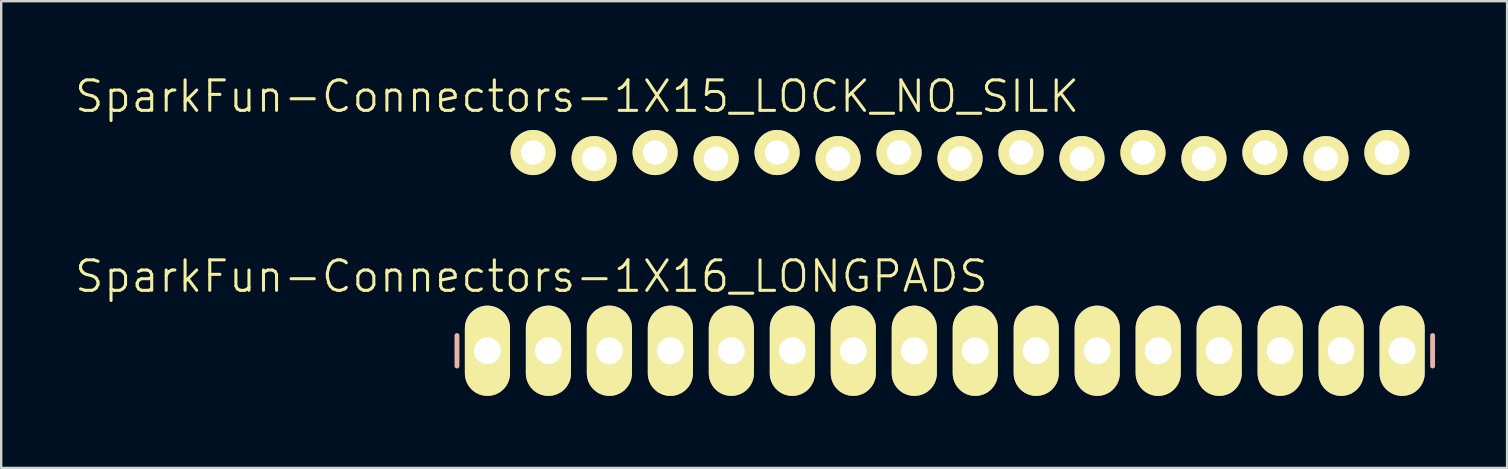
<source format=kicad_pcb>
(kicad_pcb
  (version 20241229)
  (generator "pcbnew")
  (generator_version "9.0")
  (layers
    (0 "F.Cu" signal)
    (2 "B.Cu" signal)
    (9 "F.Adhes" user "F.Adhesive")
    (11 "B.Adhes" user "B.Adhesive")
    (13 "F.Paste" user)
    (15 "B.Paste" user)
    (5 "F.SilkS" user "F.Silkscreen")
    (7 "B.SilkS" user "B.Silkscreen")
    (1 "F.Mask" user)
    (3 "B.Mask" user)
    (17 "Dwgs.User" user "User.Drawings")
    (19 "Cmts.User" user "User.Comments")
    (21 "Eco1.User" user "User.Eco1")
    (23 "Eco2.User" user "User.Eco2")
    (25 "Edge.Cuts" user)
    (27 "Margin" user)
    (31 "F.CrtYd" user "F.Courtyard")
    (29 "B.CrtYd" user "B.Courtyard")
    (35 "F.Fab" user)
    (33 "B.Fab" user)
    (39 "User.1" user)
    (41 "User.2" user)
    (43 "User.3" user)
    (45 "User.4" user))
  (footprint "SparkFun-Connectors-1X16_LONGPADS"
    (layer "F.Cu")
    (at 17.254 11.561)
    (property "Reference" "SparkFun-Connectors-1X16_LONGPADS" (at 1.829 -3.099 0) (layer "F.SilkS") (effects (font (size 1.27 1.27) (thickness 0.127))))
    (attr exclude_from_pos_files exclude_from_bom)
    (fp_line (start -0.254 -0.254) (end 0.254 -0.254) (stroke (width 0.066) (type solid)) (layer "F.SilkS"))
    (fp_line (start -0.254 0.254) (end -0.254 -0.254) (stroke (width 0.066) (type solid)) (layer "F.SilkS"))
    (fp_line (start -0.254 0.254) (end 0.254 0.254) (stroke (width 0.066) (type solid)) (layer "F.SilkS"))
    (fp_line (start 0.254 0.254) (end 0.254 -0.254) (stroke (width 0.066) (type solid)) (layer "F.SilkS"))
    (fp_line (start 2.286 -0.254) (end 2.794 -0.254) (stroke (width 0.066) (type solid)) (layer "F.SilkS"))
    (fp_line (start 2.286 0.254) (end 2.286 -0.254) (stroke (width 0.066) (type solid)) (layer "F.SilkS"))
    (fp_line (start 2.286 0.254) (end 2.794 0.254) (stroke (width 0.066) (type solid)) (layer "F.SilkS"))
    (fp_line (start 2.794 0.254) (end 2.794 -0.254) (stroke (width 0.066) (type solid)) (layer "F.SilkS"))
    (fp_line (start 4.826 -0.254) (end 5.334 -0.254) (stroke (width 0.066) (type solid)) (layer "F.SilkS"))
    (fp_line (start 4.826 0.254) (end 4.826 -0.254) (stroke (width 0.066) (type solid)) (layer "F.SilkS"))
    (fp_line (start 4.826 0.254) (end 5.334 0.254) (stroke (width 0.066) (type solid)) (layer "F.SilkS"))
    (fp_line (start 5.334 0.254) (end 5.334 -0.254) (stroke (width 0.066) (type solid)) (layer "F.SilkS"))
    (fp_line (start 7.366 -0.254) (end 7.874 -0.254) (stroke (width 0.066) (type solid)) (layer "F.SilkS"))
    (fp_line (start 7.366 0.254) (end 7.366 -0.254) (stroke (width 0.066) (type solid)) (layer "F.SilkS"))
    (fp_line (start 7.366 0.254) (end 7.874 0.254) (stroke (width 0.066) (type solid)) (layer "F.SilkS"))
    (fp_line (start 7.874 0.254) (end 7.874 -0.254) (stroke (width 0.066) (type solid)) (layer "F.SilkS"))
    (fp_line (start 9.906 -0.254) (end 10.414 -0.254) (stroke (width 0.066) (type solid)) (layer "F.SilkS"))
    (fp_line (start 9.906 0.254) (end 9.906 -0.254) (stroke (width 0.066) (type solid)) (layer "F.SilkS"))
    (fp_line (start 9.906 0.254) (end 10.414 0.254) (stroke (width 0.066) (type solid)) (layer "F.SilkS"))
    (fp_line (start 10.414 0.254) (end 10.414 -0.254) (stroke (width 0.066) (type solid)) (layer "F.SilkS"))
    (fp_line (start 12.446 -0.254) (end 12.954 -0.254) (stroke (width 0.066) (type solid)) (layer "F.SilkS"))
    (fp_line (start 12.446 0.254) (end 12.446 -0.254) (stroke (width 0.066) (type solid)) (layer "F.SilkS"))
    (fp_line (start 12.446 0.254) (end 12.954 0.254) (stroke (width 0.066) (type solid)) (layer "F.SilkS"))
    (fp_line (start 12.954 0.254) (end 12.954 -0.254) (stroke (width 0.066) (type solid)) (layer "F.SilkS"))
    (fp_line (start 14.986 -0.254) (end 15.494 -0.254) (stroke (width 0.066) (type solid)) (layer "F.SilkS"))
    (fp_line (start 14.986 0.254) (end 14.986 -0.254) (stroke (width 0.066) (type solid)) (layer "F.SilkS"))
    (fp_line (start 14.986 0.254) (end 15.494 0.254) (stroke (width 0.066) (type solid)) (layer "F.SilkS"))
    (fp_line (start 15.494 0.254) (end 15.494 -0.254) (stroke (width 0.066) (type solid)) (layer "F.SilkS"))
    (fp_line (start 17.523 -0.254) (end 18.034 -0.254) (stroke (width 0.066) (type solid)) (layer "F.SilkS"))
    (fp_line (start 17.523 0.254) (end 17.523 -0.254) (stroke (width 0.066) (type solid)) (layer "F.SilkS"))
    (fp_line (start 17.523 0.254) (end 18.034 0.254) (stroke (width 0.066) (type solid)) (layer "F.SilkS"))
    (fp_line (start 18.034 0.254) (end 18.034 -0.254) (stroke (width 0.066) (type solid)) (layer "F.SilkS"))
    (fp_line (start 20.066 -0.254) (end 20.574 -0.254) (stroke (width 0.066) (type solid)) (layer "F.SilkS"))
    (fp_line (start 20.066 0.254) (end 20.066 -0.254) (stroke (width 0.066) (type solid)) (layer "F.SilkS"))
    (fp_line (start 20.066 0.254) (end 20.574 0.254) (stroke (width 0.066) (type solid)) (layer "F.SilkS"))
    (fp_line (start 20.574 0.254) (end 20.574 -0.254) (stroke (width 0.066) (type solid)) (layer "F.SilkS"))
    (fp_line (start 22.606 -0.254) (end 23.114 -0.254) (stroke (width 0.066) (type solid)) (layer "F.SilkS"))
    (fp_line (start 22.606 0.254) (end 22.606 -0.254) (stroke (width 0.066) (type solid)) (layer "F.SilkS"))
    (fp_line (start 22.606 0.254) (end 23.114 0.254) (stroke (width 0.066) (type solid)) (layer "F.SilkS"))
    (fp_line (start 23.114 0.254) (end 23.114 -0.254) (stroke (width 0.066) (type solid)) (layer "F.SilkS"))
    (fp_line (start 25.146 -0.254) (end 25.654 -0.254) (stroke (width 0.066) (type solid)) (layer "F.SilkS"))
    (fp_line (start 25.146 0.254) (end 25.146 -0.254) (stroke (width 0.066) (type solid)) (layer "F.SilkS"))
    (fp_line (start 25.146 0.254) (end 25.654 0.254) (stroke (width 0.066) (type solid)) (layer "F.SilkS"))
    (fp_line (start 25.654 0.254) (end 25.654 -0.254) (stroke (width 0.066) (type solid)) (layer "F.SilkS"))
    (fp_line (start 27.686 -0.254) (end 28.194 -0.254) (stroke (width 0.066) (type solid)) (layer "F.SilkS"))
    (fp_line (start 27.686 0.254) (end 27.686 -0.254) (stroke (width 0.066) (type solid)) (layer "F.SilkS"))
    (fp_line (start 27.686 0.254) (end 28.194 0.254) (stroke (width 0.066) (type solid)) (layer "F.SilkS"))
    (fp_line (start 28.194 0.254) (end 28.194 -0.254) (stroke (width 0.066) (type solid)) (layer "F.SilkS"))
    (fp_line (start 30.226 -0.254) (end 30.734 -0.254) (stroke (width 0.066) (type solid)) (layer "F.SilkS"))
    (fp_line (start 30.226 0.254) (end 30.226 -0.254) (stroke (width 0.066) (type solid)) (layer "F.SilkS"))
    (fp_line (start 30.226 0.254) (end 30.734 0.254) (stroke (width 0.066) (type solid)) (layer "F.SilkS"))
    (fp_line (start 30.734 0.254) (end 30.734 -0.254) (stroke (width 0.066) (type solid)) (layer "F.SilkS"))
    (fp_line (start 32.766 -0.254) (end 33.274 -0.254) (stroke (width 0.066) (type solid)) (layer "F.SilkS"))
    (fp_line (start 32.766 0.254) (end 32.766 -0.254) (stroke (width 0.066) (type solid)) (layer "F.SilkS"))
    (fp_line (start 32.766 0.254) (end 33.274 0.254) (stroke (width 0.066) (type solid)) (layer "F.SilkS"))
    (fp_line (start 33.274 0.254) (end 33.274 -0.254) (stroke (width 0.066) (type solid)) (layer "F.SilkS"))
    (fp_line (start 35.303 -0.254) (end 35.814 -0.254) (stroke (width 0.066) (type solid)) (layer "F.SilkS"))
    (fp_line (start 35.303 0.254) (end 35.303 -0.254) (stroke (width 0.066) (type solid)) (layer "F.SilkS"))
    (fp_line (start 35.303 0.254) (end 35.814 0.254) (stroke (width 0.066) (type solid)) (layer "F.SilkS"))
    (fp_line (start 35.814 0.254) (end 35.814 -0.254) (stroke (width 0.066) (type solid)) (layer "F.SilkS"))
    (fp_line (start 37.846 -0.254) (end 38.354 -0.254) (stroke (width 0.066) (type solid)) (layer "F.SilkS"))
    (fp_line (start 37.846 0.254) (end 37.846 -0.254) (stroke (width 0.066) (type solid)) (layer "F.SilkS"))
    (fp_line (start 37.846 0.254) (end 38.354 0.254) (stroke (width 0.066) (type solid)) (layer "F.SilkS"))
    (fp_line (start 38.354 0.254) (end 38.354 -0.254) (stroke (width 0.066) (type solid)) (layer "F.SilkS"))
    (fp_line (start -1.27 -0.635) (end -1.27 0.635) (stroke (width 0.203) (type solid)) (layer "B.SilkS"))
    (fp_line (start 39.37 -0.635) (end 39.37 0.635) (stroke (width 0.203) (type solid)) (layer "B.SilkS"))
    (pad "1" thru_hole oval (at 0 0 180) (size 1.88 3.759) (drill 1.118) (layers "*.Cu" "F.Mask" "F.SilkS" "F.Paste"))
    (pad "2" thru_hole oval (at 2.54 0 180) (size 1.88 3.759) (drill 1.118) (layers "*.Cu" "F.Mask" "F.SilkS" "F.Paste"))
    (pad "3" thru_hole oval (at 5.08 0 180) (size 1.88 3.759) (drill 1.118) (layers "*.Cu" "F.Mask" "F.SilkS" "F.Paste"))
    (pad "4" thru_hole oval (at 7.62 0 180) (size 1.88 3.759) (drill 1.118) (layers "*.Cu" "F.Mask" "F.SilkS" "F.Paste"))
    (pad "5" thru_hole oval (at 10.16 0 180) (size 1.88 3.759) (drill 1.118) (layers "*.Cu" "F.Mask" "F.SilkS" "F.Paste"))
    (pad "6" thru_hole oval (at 12.7 0 180) (size 1.88 3.759) (drill 1.118) (layers "*.Cu" "F.Mask" "F.SilkS" "F.Paste"))
    (pad "7" thru_hole oval (at 15.24 0 180) (size 1.88 3.759) (drill 1.118) (layers "*.Cu" "F.Mask" "F.SilkS" "F.Paste"))
    (pad "8" thru_hole oval (at 17.78 0 180) (size 1.88 3.759) (drill 1.118) (layers "*.Cu" "F.Mask" "F.SilkS" "F.Paste"))
    (pad "9" thru_hole oval (at 20.32 0 180) (size 1.88 3.759) (drill 1.118) (layers "*.Cu" "F.Mask" "F.SilkS" "F.Paste"))
    (pad "10" thru_hole oval (at 22.86 0 180) (size 1.88 3.759) (drill 1.118) (layers "*.Cu" "F.Mask" "F.SilkS" "F.Paste"))
    (pad "11" thru_hole oval (at 25.4 0 180) (size 1.88 3.759) (drill 1.118) (layers "*.Cu" "F.Mask" "F.SilkS" "F.Paste"))
    (pad "12" thru_hole oval (at 27.94 0 180) (size 1.88 3.759) (drill 1.118) (layers "*.Cu" "F.Mask" "F.SilkS" "F.Paste"))
    (pad "13" thru_hole oval (at 30.48 0 180) (size 1.88 3.759) (drill 1.118) (layers "*.Cu" "F.Mask" "F.SilkS" "F.Paste"))
    (pad "14" thru_hole oval (at 33.02 0 180) (size 1.88 3.759) (drill 1.118) (layers "*.Cu" "F.Mask" "F.SilkS" "F.Paste"))
    (pad "15" thru_hole oval (at 35.56 0 180) (size 1.88 3.759) (drill 1.118) (layers "*.Cu" "F.Mask" "F.SilkS" "F.Paste"))
    (pad "16" thru_hole oval (at 38.1 0 180) (size 1.88 3.759) (drill 1.118) (layers "*.Cu" "F.Mask" "F.SilkS" "F.Paste")))
  (footprint "SparkFun-Connectors-1X15_LOCK_NO_SILK"
    (layer "F.Cu")
    (at 19.159 3.43)
    (property "Reference" "SparkFun-Connectors-1X15_LOCK_NO_SILK" (at 1.829 -2.464 0) (layer "F.SilkS") (effects (font (size 1.27 1.27) (thickness 0.127))))
    (attr exclude_from_pos_files exclude_from_bom)
    (fp_line (start -0.254 -0.254) (end 0.254 -0.254) (stroke (width 0.066) (type solid)) (layer "F.SilkS"))
    (fp_line (start -0.254 0.254) (end -0.254 -0.254) (stroke (width 0.066) (type solid)) (layer "F.SilkS"))
    (fp_line (start -0.254 0.254) (end 0.254 0.254) (stroke (width 0.066) (type solid)) (layer "F.SilkS"))
    (fp_line (start 0.254 0.254) (end 0.254 -0.254) (stroke (width 0.066) (type solid)) (layer "F.SilkS"))
    (fp_line (start 2.286 -0.254) (end 2.794 -0.254) (stroke (width 0.066) (type solid)) (layer "F.SilkS"))
    (fp_line (start 2.286 0.254) (end 2.286 -0.254) (stroke (width 0.066) (type solid)) (layer "F.SilkS"))
    (fp_line (start 2.286 0.254) (end 2.794 0.254) (stroke (width 0.066) (type solid)) (layer "F.SilkS"))
    (fp_line (start 2.794 0.254) (end 2.794 -0.254) (stroke (width 0.066) (type solid)) (layer "F.SilkS"))
    (fp_line (start 4.826 -0.254) (end 5.334 -0.254) (stroke (width 0.066) (type solid)) (layer "F.SilkS"))
    (fp_line (start 4.826 0.254) (end 4.826 -0.254) (stroke (width 0.066) (type solid)) (layer "F.SilkS"))
    (fp_line (start 4.826 0.254) (end 5.334 0.254) (stroke (width 0.066) (type solid)) (layer "F.SilkS"))
    (fp_line (start 5.334 0.254) (end 5.334 -0.254) (stroke (width 0.066) (type solid)) (layer "F.SilkS"))
    (fp_line (start 7.366 -0.254) (end 7.874 -0.254) (stroke (width 0.066) (type solid)) (layer "F.SilkS"))
    (fp_line (start 7.366 0.254) (end 7.366 -0.254) (stroke (width 0.066) (type solid)) (layer "F.SilkS"))
    (fp_line (start 7.366 0.254) (end 7.874 0.254) (stroke (width 0.066) (type solid)) (layer "F.SilkS"))
    (fp_line (start 7.874 0.254) (end 7.874 -0.254) (stroke (width 0.066) (type solid)) (layer "F.SilkS"))
    (fp_line (start 9.906 -0.254) (end 10.414 -0.254) (stroke (width 0.066) (type solid)) (layer "F.SilkS"))
    (fp_line (start 9.906 0.254) (end 9.906 -0.254) (stroke (width 0.066) (type solid)) (layer "F.SilkS"))
    (fp_line (start 9.906 0.254) (end 10.414 0.254) (stroke (width 0.066) (type solid)) (layer "F.SilkS"))
    (fp_line (start 10.414 0.254) (end 10.414 -0.254) (stroke (width 0.066) (type solid)) (layer "F.SilkS"))
    (fp_line (start 12.446 -0.254) (end 12.954 -0.254) (stroke (width 0.066) (type solid)) (layer "F.SilkS"))
    (fp_line (start 12.446 0.254) (end 12.446 -0.254) (stroke (width 0.066) (type solid)) (layer "F.SilkS"))
    (fp_line (start 12.446 0.254) (end 12.954 0.254) (stroke (width 0.066) (type solid)) (layer "F.SilkS"))
    (fp_line (start 12.954 0.254) (end 12.954 -0.254) (stroke (width 0.066) (type solid)) (layer "F.SilkS"))
    (fp_line (start 14.986 -0.254) (end 15.494 -0.254) (stroke (width 0.066) (type solid)) (layer "F.SilkS"))
    (fp_line (start 14.986 0.254) (end 14.986 -0.254) (stroke (width 0.066) (type solid)) (layer "F.SilkS"))
    (fp_line (start 14.986 0.254) (end 15.494 0.254) (stroke (width 0.066) (type solid)) (layer "F.SilkS"))
    (fp_line (start 15.494 0.254) (end 15.494 -0.254) (stroke (width 0.066) (type solid)) (layer "F.SilkS"))
    (fp_line (start 17.523 -0.254) (end 18.034 -0.254) (stroke (width 0.066) (type solid)) (layer "F.SilkS"))
    (fp_line (start 17.523 0.254) (end 17.523 -0.254) (stroke (width 0.066) (type solid)) (layer "F.SilkS"))
    (fp_line (start 17.523 0.254) (end 18.034 0.254) (stroke (width 0.066) (type solid)) (layer "F.SilkS"))
    (fp_line (start 18.034 0.254) (end 18.034 -0.254) (stroke (width 0.066) (type solid)) (layer "F.SilkS"))
    (fp_line (start 20.066 -0.254) (end 20.574 -0.254) (stroke (width 0.066) (type solid)) (layer "F.SilkS"))
    (fp_line (start 20.066 0.254) (end 20.066 -0.254) (stroke (width 0.066) (type solid)) (layer "F.SilkS"))
    (fp_line (start 20.066 0.254) (end 20.574 0.254) (stroke (width 0.066) (type solid)) (layer "F.SilkS"))
    (fp_line (start 20.574 0.254) (end 20.574 -0.254) (stroke (width 0.066) (type solid)) (layer "F.SilkS"))
    (fp_line (start 22.606 -0.254) (end 23.114 -0.254) (stroke (width 0.066) (type solid)) (layer "F.SilkS"))
    (fp_line (start 22.606 0.254) (end 22.606 -0.254) (stroke (width 0.066) (type solid)) (layer "F.SilkS"))
    (fp_line (start 22.606 0.254) (end 23.114 0.254) (stroke (width 0.066) (type solid)) (layer "F.SilkS"))
    (fp_line (start 23.114 0.254) (end 23.114 -0.254) (stroke (width 0.066) (type solid)) (layer "F.SilkS"))
    (fp_line (start 25.146 -0.254) (end 25.654 -0.254) (stroke (width 0.066) (type solid)) (layer "F.SilkS"))
    (fp_line (start 25.146 0.254) (end 25.146 -0.254) (stroke (width 0.066) (type solid)) (layer "F.SilkS"))
    (fp_line (start 25.146 0.254) (end 25.654 0.254) (stroke (width 0.066) (type solid)) (layer "F.SilkS"))
    (fp_line (start 25.654 0.254) (end 25.654 -0.254) (stroke (width 0.066) (type solid)) (layer "F.SilkS"))
    (fp_line (start 27.686 -0.254) (end 28.194 -0.254) (stroke (width 0.066) (type solid)) (layer "F.SilkS"))
    (fp_line (start 27.686 0.254) (end 27.686 -0.254) (stroke (width 0.066) (type solid)) (layer "F.SilkS"))
    (fp_line (start 27.686 0.254) (end 28.194 0.254) (stroke (width 0.066) (type solid)) (layer "F.SilkS"))
    (fp_line (start 28.194 0.254) (end 28.194 -0.254) (stroke (width 0.066) (type solid)) (layer "F.SilkS"))
    (fp_line (start 30.226 -0.254) (end 30.734 -0.254) (stroke (width 0.066) (type solid)) (layer "F.SilkS"))
    (fp_line (start 30.226 0.254) (end 30.226 -0.254) (stroke (width 0.066) (type solid)) (layer "F.SilkS"))
    (fp_line (start 30.226 0.254) (end 30.734 0.254) (stroke (width 0.066) (type solid)) (layer "F.SilkS"))
    (fp_line (start 30.734 0.254) (end 30.734 -0.254) (stroke (width 0.066) (type solid)) (layer "F.SilkS"))
    (fp_line (start 32.766 -0.254) (end 33.274 -0.254) (stroke (width 0.066) (type solid)) (layer "F.SilkS"))
    (fp_line (start 32.766 0.254) (end 32.766 -0.254) (stroke (width 0.066) (type solid)) (layer "F.SilkS"))
    (fp_line (start 32.766 0.254) (end 33.274 0.254) (stroke (width 0.066) (type solid)) (layer "F.SilkS"))
    (fp_line (start 33.274 0.254) (end 33.274 -0.254) (stroke (width 0.066) (type solid)) (layer "F.SilkS"))
    (fp_line (start 35.303 -0.254) (end 35.814 -0.254) (stroke (width 0.066) (type solid)) (layer "F.SilkS"))
    (fp_line (start 35.303 0.254) (end 35.303 -0.254) (stroke (width 0.066) (type solid)) (layer "F.SilkS"))
    (fp_line (start 35.303 0.254) (end 35.814 0.254) (stroke (width 0.066) (type solid)) (layer "F.SilkS"))
    (fp_line (start 35.814 0.254) (end 35.814 -0.254) (stroke (width 0.066) (type solid)) (layer "F.SilkS"))
    (pad "1" thru_hole circle (at 0 -0.127) (size 1.88 1.88) (drill 1.016) (layers "*.Cu" "F.Mask" "F.SilkS" "F.Paste"))
    (pad "2" thru_hole circle (at 2.54 0.127) (size 1.88 1.88) (drill 1.016) (layers "*.Cu" "F.Mask" "F.SilkS" "F.Paste"))
    (pad "3" thru_hole circle (at 5.08 -0.127) (size 1.88 1.88) (drill 1.016) (layers "*.Cu" "F.Mask" "F.SilkS" "F.Paste"))
    (pad "4" thru_hole circle (at 7.62 0.127) (size 1.88 1.88) (drill 1.016) (layers "*.Cu" "F.Mask" "F.SilkS" "F.Paste"))
    (pad "5" thru_hole circle (at 10.16 -0.127) (size 1.88 1.88) (drill 1.016) (layers "*.Cu" "F.Mask" "F.SilkS" "F.Paste"))
    (pad "6" thru_hole circle (at 12.7 0.127) (size 1.88 1.88) (drill 1.016) (layers "*.Cu" "F.Mask" "F.SilkS" "F.Paste"))
    (pad "7" thru_hole circle (at 15.24 -0.127) (size 1.88 1.88) (drill 1.016) (layers "*.Cu" "F.Mask" "F.SilkS" "F.Paste"))
    (pad "8" thru_hole circle (at 17.78 0.127) (size 1.88 1.88) (drill 1.016) (layers "*.Cu" "F.Mask" "F.SilkS" "F.Paste"))
    (pad "9" thru_hole circle (at 20.32 -0.127) (size 1.88 1.88) (drill 1.016) (layers "*.Cu" "F.Mask" "F.SilkS" "F.Paste"))
    (pad "10" thru_hole circle (at 22.86 0.127) (size 1.88 1.88) (drill 1.016) (layers "*.Cu" "F.Mask" "F.SilkS" "F.Paste"))
    (pad "11" thru_hole circle (at 25.4 -0.127) (size 1.88 1.88) (drill 1.016) (layers "*.Cu" "F.Mask" "F.SilkS" "F.Paste"))
    (pad "12" thru_hole circle (at 27.94 0.127) (size 1.88 1.88) (drill 1.016) (layers "*.Cu" "F.Mask" "F.SilkS" "F.Paste"))
    (pad "13" thru_hole circle (at 30.48 -0.127) (size 1.88 1.88) (drill 1.016) (layers "*.Cu" "F.Mask" "F.SilkS" "F.Paste"))
    (pad "14" thru_hole circle (at 33.02 0.127) (size 1.88 1.88) (drill 1.016) (layers "*.Cu" "F.Mask" "F.SilkS" "F.Paste"))
    (pad "15" thru_hole circle (at 35.56 -0.127) (size 1.88 1.88) (drill 1.016) (layers "*.Cu" "F.Mask" "F.SilkS" "F.Paste")))
  (gr_rect
    (start -3 -3)
    (end 59.726 16.441)
    (stroke (width 0.1) (type default))
    (fill no)
    (layer "Edge.Cuts")))
</source>
